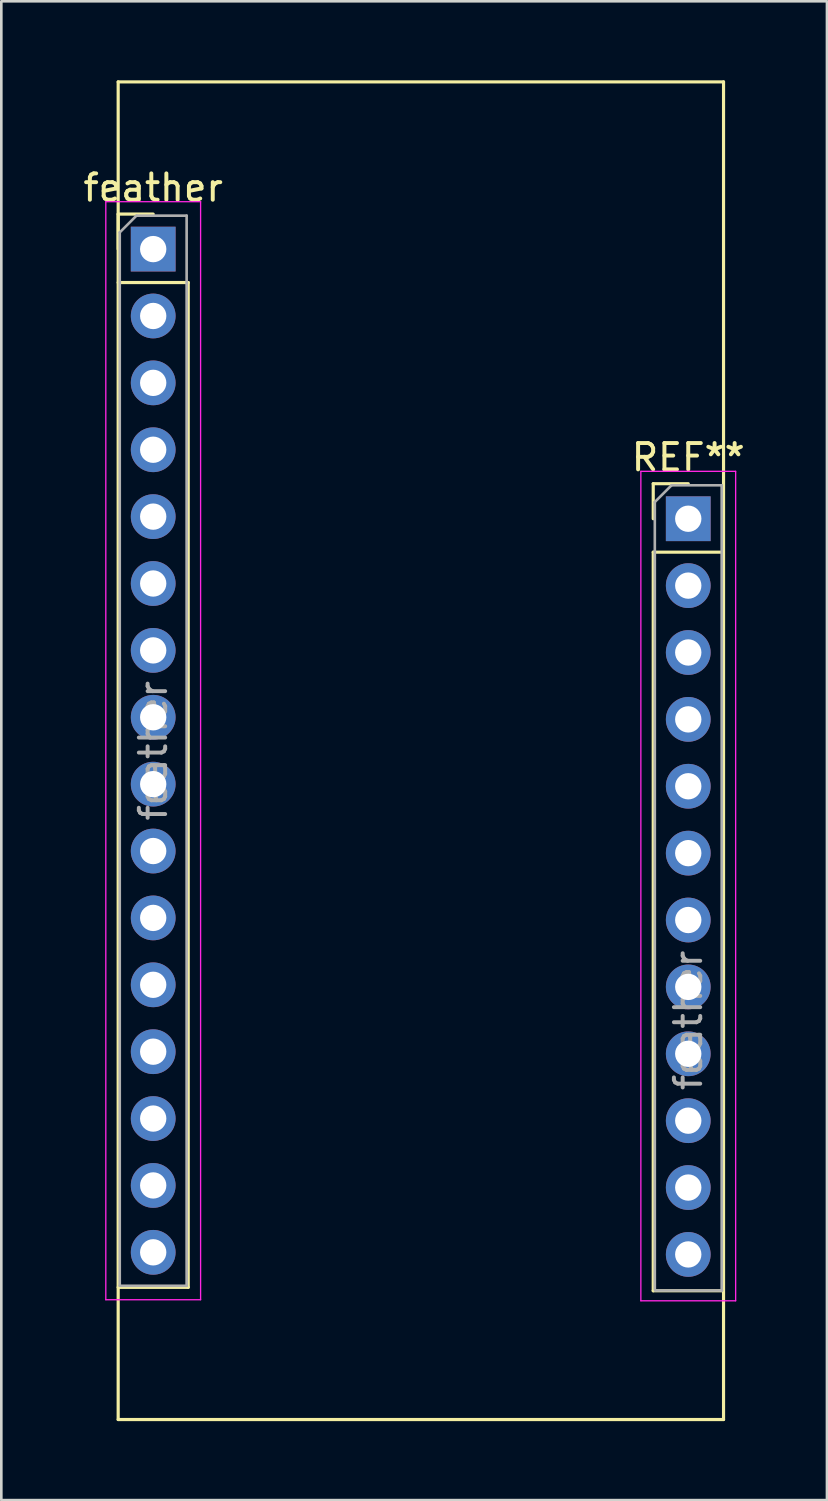
<source format=kicad_pcb>
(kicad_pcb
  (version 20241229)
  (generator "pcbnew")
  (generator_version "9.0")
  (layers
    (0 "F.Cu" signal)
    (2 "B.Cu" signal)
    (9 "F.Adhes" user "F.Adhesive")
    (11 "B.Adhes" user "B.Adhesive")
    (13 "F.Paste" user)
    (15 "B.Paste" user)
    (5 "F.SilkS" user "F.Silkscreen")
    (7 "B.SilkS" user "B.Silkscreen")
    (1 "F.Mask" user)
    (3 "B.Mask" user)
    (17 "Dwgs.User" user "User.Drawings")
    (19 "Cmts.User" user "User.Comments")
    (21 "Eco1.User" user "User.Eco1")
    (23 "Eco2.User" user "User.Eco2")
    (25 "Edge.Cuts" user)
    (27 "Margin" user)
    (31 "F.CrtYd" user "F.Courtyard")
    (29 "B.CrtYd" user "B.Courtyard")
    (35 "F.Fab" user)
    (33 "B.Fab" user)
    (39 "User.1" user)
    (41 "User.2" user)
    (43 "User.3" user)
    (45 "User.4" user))
  (footprint "feather"
    (layer "F.Cu")
    (at 2.768 6.41)
    (property "Reference" "feather" (at 0 -2.33 0) (layer "F.SilkS") (effects (font (size 1 1) (thickness 0.15))))
    (attr through_hole)
    (fp_line (start -1.33 -1.33) (end 0 -1.33) (stroke (width 0.12) (type solid)) (layer "F.SilkS"))
    (fp_line (start -1.33 0) (end -1.33 -1.33) (stroke (width 0.12) (type solid)) (layer "F.SilkS"))
    (fp_line (start -1.33 1.27) (end 1.33 1.27) (stroke (width 0.12) (type solid)) (layer "F.SilkS"))
    (fp_line (start -1.33 39.43) (end 1.33 39.43) (stroke (width 0.12) (type solid)) (layer "F.SilkS"))
    (fp_line (start -1.33 44.45) (end -1.33 -6.35) (stroke (width 0.12) (type solid)) (layer "F.SilkS"))
    (fp_line (start -1.33 44.45) (end 21.66 44.45) (stroke (width 0.12) (type solid)) (layer "F.SilkS"))
    (fp_line (start 1.33 1.27) (end 1.33 39.43) (stroke (width 0.12) (type solid)) (layer "F.SilkS"))
    (fp_line (start 18.99 8.91) (end 20.32 8.91) (stroke (width 0.12) (type solid)) (layer "F.SilkS"))
    (fp_line (start 18.99 10.24) (end 18.99 8.91) (stroke (width 0.12) (type solid)) (layer "F.SilkS"))
    (fp_line (start 18.99 11.51) (end 18.99 39.56) (stroke (width 0.12) (type solid)) (layer "F.SilkS"))
    (fp_line (start 18.99 11.51) (end 21.65 11.51) (stroke (width 0.12) (type solid)) (layer "F.SilkS"))
    (fp_line (start 18.99 39.56) (end 21.65 39.56) (stroke (width 0.12) (type solid)) (layer "F.SilkS"))
    (fp_line (start 21.65 11.51) (end 21.65 39.56) (stroke (width 0.12) (type solid)) (layer "F.SilkS"))
    (fp_line (start 21.66 -6.35) (end -1.33 -6.35) (stroke (width 0.12) (type solid)) (layer "F.SilkS"))
    (fp_line (start 21.66 44.45) (end 21.66 -6.35) (stroke (width 0.12) (type solid)) (layer "F.SilkS"))
    (fp_line (start -1.8 -1.8) (end -1.8 39.9) (stroke (width 0.05) (type solid)) (layer "F.CrtYd"))
    (fp_line (start -1.8 39.9) (end 1.8 39.9) (stroke (width 0.05) (type solid)) (layer "F.CrtYd"))
    (fp_line (start 1.8 -1.8) (end -1.8 -1.8) (stroke (width 0.05) (type solid)) (layer "F.CrtYd"))
    (fp_line (start 1.8 39.9) (end 1.8 -1.8) (stroke (width 0.05) (type solid)) (layer "F.CrtYd"))
    (fp_line (start 18.52 8.44) (end 18.52 39.94) (stroke (width 0.05) (type solid)) (layer "F.CrtYd"))
    (fp_line (start 18.52 39.94) (end 22.12 39.94) (stroke (width 0.05) (type solid)) (layer "F.CrtYd"))
    (fp_line (start 22.12 8.44) (end 18.52 8.44) (stroke (width 0.05) (type solid)) (layer "F.CrtYd"))
    (fp_line (start 22.12 39.94) (end 22.12 8.44) (stroke (width 0.05) (type solid)) (layer "F.CrtYd"))
    (fp_line (start -1.27 -0.635) (end -0.635 -1.27) (stroke (width 0.1) (type solid)) (layer "F.Fab"))
    (fp_line (start -1.27 39.37) (end -1.27 -0.635) (stroke (width 0.1) (type solid)) (layer "F.Fab"))
    (fp_line (start -0.635 -1.27) (end 1.27 -1.27) (stroke (width 0.1) (type solid)) (layer "F.Fab"))
    (fp_line (start 1.27 -1.27) (end 1.27 39.37) (stroke (width 0.1) (type solid)) (layer "F.Fab"))
    (fp_line (start 1.27 39.37) (end -1.27 39.37) (stroke (width 0.1) (type solid)) (layer "F.Fab"))
    (fp_line (start 19.05 9.605) (end 19.685 8.97) (stroke (width 0.1) (type solid)) (layer "F.Fab"))
    (fp_line (start 19.05 39.5) (end 19.05 9.605) (stroke (width 0.1) (type solid)) (layer "F.Fab"))
    (fp_line (start 19.685 8.97) (end 21.59 8.97) (stroke (width 0.1) (type solid)) (layer "F.Fab"))
    (fp_line (start 21.59 8.97) (end 21.59 39.55) (stroke (width 0.1) (type solid)) (layer "F.Fab"))
    (fp_line (start 21.6 39.55) (end 19.06 39.55) (stroke (width 0.1) (type solid)) (layer "F.Fab"))
    (fp_text user "REF**" (at 20.32 7.91 0) (layer "F.SilkS") (effects (font (size 1 1) (thickness 0.15))))
    (fp_text user "${REFERENCE}" (at 0 19.05 90) (layer "F.Fab") (effects (font (size 1 1) (thickness 0.15))))
    (fp_text user "${REFERENCE}" (at 20.32 29.29 90) (layer "F.Fab") (effects (font (size 1 1) (thickness 0.15))))
    (pad "1" thru_hole rect (at 20.32 10.24) (size 1.7 1.7) (drill 1) (layers "*.Cu" "*.Mask"))
    (pad "2" thru_hole oval (at 20.32 12.78) (size 1.7 1.7) (drill 1) (layers "*.Cu" "*.Mask"))
    (pad "3" thru_hole oval (at 20.32 15.32) (size 1.7 1.7) (drill 1) (layers "*.Cu" "*.Mask"))
    (pad "4" thru_hole oval (at 20.32 17.86) (size 1.7 1.7) (drill 1) (layers "*.Cu" "*.Mask"))
    (pad "5" thru_hole oval (at 20.32 20.4) (size 1.7 1.7) (drill 1) (layers "*.Cu" "*.Mask"))
    (pad "6" thru_hole oval (at 20.32 22.94) (size 1.7 1.7) (drill 1) (layers "*.Cu" "*.Mask"))
    (pad "7" thru_hole oval (at 20.32 25.48) (size 1.7 1.7) (drill 1) (layers "*.Cu" "*.Mask"))
    (pad "8" thru_hole oval (at 20.32 28.02) (size 1.7 1.7) (drill 1) (layers "*.Cu" "*.Mask"))
    (pad "9" thru_hole oval (at 20.32 30.56) (size 1.7 1.7) (drill 1) (layers "*.Cu" "*.Mask"))
    (pad "10" thru_hole oval (at 20.32 33.1) (size 1.7 1.7) (drill 1) (layers "*.Cu" "*.Mask"))
    (pad "11" thru_hole oval (at 20.32 35.64) (size 1.7 1.7) (drill 1) (layers "*.Cu" "*.Mask"))
    (pad "12" thru_hole oval (at 20.32 38.18) (size 1.7 1.7) (drill 1) (layers "*.Cu" "*.Mask"))
    (pad "13" thru_hole rect (at 0 0) (size 1.7 1.7) (drill 1) (layers "*.Cu" "*.Mask"))
    (pad "14" thru_hole oval (at 0 2.54) (size 1.7 1.7) (drill 1) (layers "*.Cu" "*.Mask"))
    (pad "15" thru_hole oval (at 0 5.08) (size 1.7 1.7) (drill 1) (layers "*.Cu" "*.Mask"))
    (pad "16" thru_hole oval (at 0 7.62) (size 1.7 1.7) (drill 1) (layers "*.Cu" "*.Mask"))
    (pad "17" thru_hole oval (at 0 10.16) (size 1.7 1.7) (drill 1) (layers "*.Cu" "*.Mask"))
    (pad "18" thru_hole oval (at 0 12.7) (size 1.7 1.7) (drill 1) (layers "*.Cu" "*.Mask"))
    (pad "19" thru_hole oval (at 0 15.24) (size 1.7 1.7) (drill 1) (layers "*.Cu" "*.Mask"))
    (pad "20" thru_hole oval (at 0 17.78) (size 1.7 1.7) (drill 1) (layers "*.Cu" "*.Mask"))
    (pad "21" thru_hole oval (at 0 20.32) (size 1.7 1.7) (drill 1) (layers "*.Cu" "*.Mask"))
    (pad "22" thru_hole oval (at 0 22.86) (size 1.7 1.7) (drill 1) (layers "*.Cu" "*.Mask"))
    (pad "23" thru_hole oval (at 0 25.4) (size 1.7 1.7) (drill 1) (layers "*.Cu" "*.Mask"))
    (pad "24" thru_hole oval (at 0 27.94) (size 1.7 1.7) (drill 1) (layers "*.Cu" "*.Mask"))
    (pad "25" thru_hole oval (at 0 30.48) (size 1.7 1.7) (drill 1) (layers "*.Cu" "*.Mask"))
    (pad "26" thru_hole oval (at 0 33.02) (size 1.7 1.7) (drill 1) (layers "*.Cu" "*.Mask"))
    (pad "27" thru_hole oval (at 0 35.56) (size 1.7 1.7) (drill 1) (layers "*.Cu" "*.Mask"))
    (pad "28" thru_hole oval (at 0 38.1) (size 1.7 1.7) (drill 1) (layers "*.Cu" "*.Mask")))
  (gr_rect
    (start -3 -3)
    (end 28.356 53.92)
    (stroke (width 0.1) (type default))
    (fill no)
    (layer "Edge.Cuts")))
</source>
